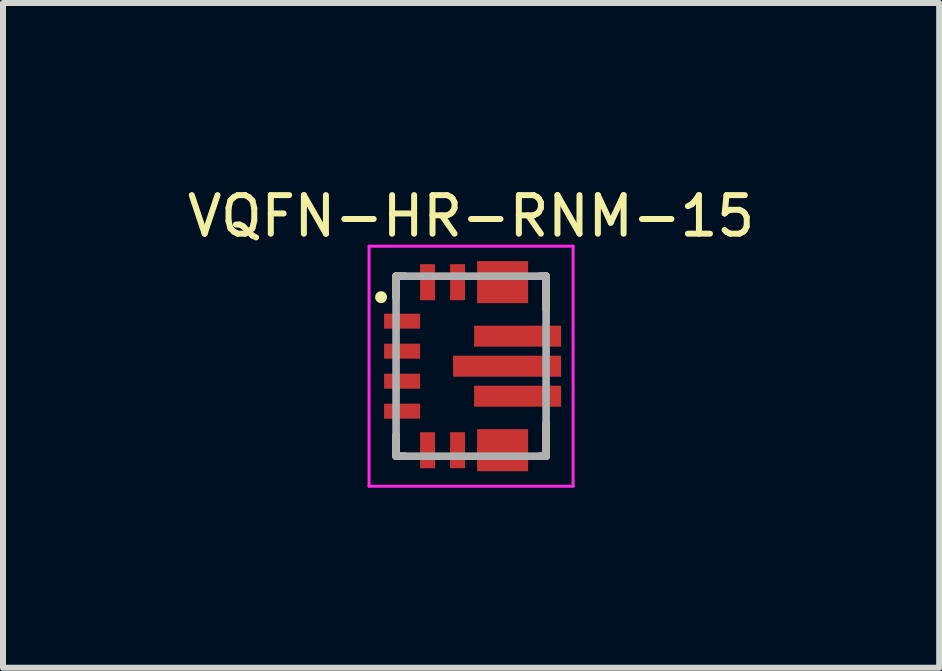
<source format=kicad_pcb>
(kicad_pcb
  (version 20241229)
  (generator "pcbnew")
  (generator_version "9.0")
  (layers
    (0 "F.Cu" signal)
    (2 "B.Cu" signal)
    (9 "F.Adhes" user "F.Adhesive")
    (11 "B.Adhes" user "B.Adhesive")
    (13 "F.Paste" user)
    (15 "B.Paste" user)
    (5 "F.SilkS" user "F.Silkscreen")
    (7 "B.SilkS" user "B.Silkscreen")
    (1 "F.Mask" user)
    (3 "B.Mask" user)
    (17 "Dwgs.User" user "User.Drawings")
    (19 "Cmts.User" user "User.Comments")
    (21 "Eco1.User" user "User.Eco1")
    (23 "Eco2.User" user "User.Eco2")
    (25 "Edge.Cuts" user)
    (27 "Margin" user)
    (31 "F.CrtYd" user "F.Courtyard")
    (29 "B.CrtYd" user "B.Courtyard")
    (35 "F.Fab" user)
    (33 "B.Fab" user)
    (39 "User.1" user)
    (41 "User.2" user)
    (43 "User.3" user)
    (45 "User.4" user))
  (footprint "VQFN-HR-RNM-15"
    (layer "F.Cu")
    (at 4.8 3.052)
    (property "Reference" "VQFN-HR-RNM-15" (at 0 -2.5 0) (layer "F.SilkS") (effects (font (size 0.643 0.643) (thickness 0.1))))
    (attr smd)
    (fp_line (start -1.45 -0.876) (end -0.85 -0.876) (stroke (width 0.1) (type solid)) (layer "F.Mask"))
    (fp_line (start -1.45 -0.8) (end -1.45 -0.876) (stroke (width 0.1) (type solid)) (layer "F.Mask"))
    (fp_line (start -1.45 -0.8) (end -0.85 -0.8) (stroke (width 0.1) (type solid)) (layer "F.Mask"))
    (fp_line (start -1.45 -0.72) (end -1.45 -0.8) (stroke (width 0.1) (type solid)) (layer "F.Mask"))
    (fp_line (start -1.45 -0.72) (end -0.85 -0.72) (stroke (width 0.1) (type solid)) (layer "F.Mask"))
    (fp_line (start -1.45 -0.625) (end -1.45 -0.72) (stroke (width 0.1) (type solid)) (layer "F.Mask"))
    (fp_line (start -1.45 -0.376) (end -0.85 -0.376) (stroke (width 0.1) (type solid)) (layer "F.Mask"))
    (fp_line (start -1.45 -0.3) (end -1.45 -0.376) (stroke (width 0.1) (type solid)) (layer "F.Mask"))
    (fp_line (start -1.45 -0.3) (end -0.85 -0.3) (stroke (width 0.1) (type solid)) (layer "F.Mask"))
    (fp_line (start -1.45 -0.22) (end -1.45 -0.3) (stroke (width 0.1) (type solid)) (layer "F.Mask"))
    (fp_line (start -1.45 -0.22) (end -0.85 -0.22) (stroke (width 0.1) (type solid)) (layer "F.Mask"))
    (fp_line (start -1.45 -0.125) (end -1.45 -0.22) (stroke (width 0.1) (type solid)) (layer "F.Mask"))
    (fp_line (start -1.45 0.124) (end -0.85 0.124) (stroke (width 0.1) (type solid)) (layer "F.Mask"))
    (fp_line (start -1.45 0.2) (end -1.45 0.124) (stroke (width 0.1) (type solid)) (layer "F.Mask"))
    (fp_line (start -1.45 0.2) (end -0.85 0.2) (stroke (width 0.1) (type solid)) (layer "F.Mask"))
    (fp_line (start -1.45 0.28) (end -1.45 0.2) (stroke (width 0.1) (type solid)) (layer "F.Mask"))
    (fp_line (start -1.45 0.28) (end -0.85 0.28) (stroke (width 0.1) (type solid)) (layer "F.Mask"))
    (fp_line (start -1.45 0.375) (end -1.45 0.28) (stroke (width 0.1) (type solid)) (layer "F.Mask"))
    (fp_line (start -1.45 0.624) (end -0.85 0.624) (stroke (width 0.1) (type solid)) (layer "F.Mask"))
    (fp_line (start -1.45 0.7) (end -1.45 0.624) (stroke (width 0.1) (type solid)) (layer "F.Mask"))
    (fp_line (start -1.45 0.7) (end -0.85 0.7) (stroke (width 0.1) (type solid)) (layer "F.Mask"))
    (fp_line (start -1.45 0.78) (end -1.45 0.7) (stroke (width 0.1) (type solid)) (layer "F.Mask"))
    (fp_line (start -1.45 0.78) (end -0.85 0.78) (stroke (width 0.1) (type solid)) (layer "F.Mask"))
    (fp_line (start -1.45 0.875) (end -1.45 0.78) (stroke (width 0.1) (type solid)) (layer "F.Mask"))
    (fp_line (start -0.851 -1.7) (end -0.775 -1.7) (stroke (width 0.1) (type solid)) (layer "F.Mask"))
    (fp_line (start -0.851 -1.1) (end -0.851 -1.7) (stroke (width 0.1) (type solid)) (layer "F.Mask"))
    (fp_line (start -0.851 1.1) (end -0.775 1.1) (stroke (width 0.1) (type solid)) (layer "F.Mask"))
    (fp_line (start -0.851 1.7) (end -0.851 1.1) (stroke (width 0.1) (type solid)) (layer "F.Mask"))
    (fp_line (start -0.85 -0.876) (end -0.85 -0.8) (stroke (width 0.1) (type solid)) (layer "F.Mask"))
    (fp_line (start -0.85 -0.8) (end -0.85 -0.72) (stroke (width 0.1) (type solid)) (layer "F.Mask"))
    (fp_line (start -0.85 -0.72) (end -0.85 -0.625) (stroke (width 0.1) (type solid)) (layer "F.Mask"))
    (fp_line (start -0.85 -0.625) (end -1.45 -0.625) (stroke (width 0.1) (type solid)) (layer "F.Mask"))
    (fp_line (start -0.85 -0.376) (end -0.85 -0.3) (stroke (width 0.1) (type solid)) (layer "F.Mask"))
    (fp_line (start -0.85 -0.3) (end -0.85 -0.22) (stroke (width 0.1) (type solid)) (layer "F.Mask"))
    (fp_line (start -0.85 -0.22) (end -0.85 -0.125) (stroke (width 0.1) (type solid)) (layer "F.Mask"))
    (fp_line (start -0.85 -0.125) (end -1.45 -0.125) (stroke (width 0.1) (type solid)) (layer "F.Mask"))
    (fp_line (start -0.85 0.124) (end -0.85 0.2) (stroke (width 0.1) (type solid)) (layer "F.Mask"))
    (fp_line (start -0.85 0.2) (end -0.85 0.28) (stroke (width 0.1) (type solid)) (layer "F.Mask"))
    (fp_line (start -0.85 0.28) (end -0.85 0.375) (stroke (width 0.1) (type solid)) (layer "F.Mask"))
    (fp_line (start -0.85 0.375) (end -1.45 0.375) (stroke (width 0.1) (type solid)) (layer "F.Mask"))
    (fp_line (start -0.85 0.624) (end -0.85 0.7) (stroke (width 0.1) (type solid)) (layer "F.Mask"))
    (fp_line (start -0.85 0.7) (end -0.85 0.78) (stroke (width 0.1) (type solid)) (layer "F.Mask"))
    (fp_line (start -0.85 0.78) (end -0.85 0.875) (stroke (width 0.1) (type solid)) (layer "F.Mask"))
    (fp_line (start -0.85 0.875) (end -1.45 0.875) (stroke (width 0.1) (type solid)) (layer "F.Mask"))
    (fp_line (start -0.775 -1.7) (end -0.695 -1.7) (stroke (width 0.1) (type solid)) (layer "F.Mask"))
    (fp_line (start -0.775 -1.1) (end -0.851 -1.1) (stroke (width 0.1) (type solid)) (layer "F.Mask"))
    (fp_line (start -0.775 -1.1) (end -0.775 -1.7) (stroke (width 0.1) (type solid)) (layer "F.Mask"))
    (fp_line (start -0.775 1.1) (end -0.695 1.1) (stroke (width 0.1) (type solid)) (layer "F.Mask"))
    (fp_line (start -0.775 1.7) (end -0.851 1.7) (stroke (width 0.1) (type solid)) (layer "F.Mask"))
    (fp_line (start -0.775 1.7) (end -0.775 1.1) (stroke (width 0.1) (type solid)) (layer "F.Mask"))
    (fp_line (start -0.695 -1.7) (end -0.6 -1.7) (stroke (width 0.1) (type solid)) (layer "F.Mask"))
    (fp_line (start -0.695 -1.1) (end -0.775 -1.1) (stroke (width 0.1) (type solid)) (layer "F.Mask"))
    (fp_line (start -0.695 -1.1) (end -0.695 -1.7) (stroke (width 0.1) (type solid)) (layer "F.Mask"))
    (fp_line (start -0.695 1.1) (end -0.6 1.1) (stroke (width 0.1) (type solid)) (layer "F.Mask"))
    (fp_line (start -0.695 1.7) (end -0.775 1.7) (stroke (width 0.1) (type solid)) (layer "F.Mask"))
    (fp_line (start -0.695 1.7) (end -0.695 1.1) (stroke (width 0.1) (type solid)) (layer "F.Mask"))
    (fp_line (start -0.6 -1.7) (end -0.6 -1.1) (stroke (width 0.1) (type solid)) (layer "F.Mask"))
    (fp_line (start -0.6 -1.1) (end -0.695 -1.1) (stroke (width 0.1) (type solid)) (layer "F.Mask"))
    (fp_line (start -0.6 1.1) (end -0.6 1.7) (stroke (width 0.1) (type solid)) (layer "F.Mask"))
    (fp_line (start -0.6 1.7) (end -0.695 1.7) (stroke (width 0.1) (type solid)) (layer "F.Mask"))
    (fp_line (start -0.351 -1.7) (end -0.275 -1.7) (stroke (width 0.1) (type solid)) (layer "F.Mask"))
    (fp_line (start -0.351 -1.1) (end -0.351 -1.7) (stroke (width 0.1) (type solid)) (layer "F.Mask"))
    (fp_line (start -0.351 1.1) (end -0.275 1.1) (stroke (width 0.1) (type solid)) (layer "F.Mask"))
    (fp_line (start -0.351 1.7) (end -0.351 1.1) (stroke (width 0.1) (type solid)) (layer "F.Mask"))
    (fp_line (start -0.275 -1.7) (end -0.195 -1.7) (stroke (width 0.1) (type solid)) (layer "F.Mask"))
    (fp_line (start -0.275 -1.1) (end -0.351 -1.1) (stroke (width 0.1) (type solid)) (layer "F.Mask"))
    (fp_line (start -0.275 -1.1) (end -0.275 -1.7) (stroke (width 0.1) (type solid)) (layer "F.Mask"))
    (fp_line (start -0.275 1.1) (end -0.195 1.1) (stroke (width 0.1) (type solid)) (layer "F.Mask"))
    (fp_line (start -0.275 1.7) (end -0.351 1.7) (stroke (width 0.1) (type solid)) (layer "F.Mask"))
    (fp_line (start -0.275 1.7) (end -0.275 1.1) (stroke (width 0.1) (type solid)) (layer "F.Mask"))
    (fp_line (start -0.225 -0.1) (end 1.425 -0.1) (stroke (width 0.05) (type solid)) (layer "F.Mask"))
    (fp_line (start -0.225 0.1) (end -0.225 -0.1) (stroke (width 0.05) (type solid)) (layer "F.Mask"))
    (fp_line (start -0.195 -1.7) (end -0.1 -1.7) (stroke (width 0.1) (type solid)) (layer "F.Mask"))
    (fp_line (start -0.195 -1.1) (end -0.275 -1.1) (stroke (width 0.1) (type solid)) (layer "F.Mask"))
    (fp_line (start -0.195 -1.1) (end -0.195 -1.7) (stroke (width 0.1) (type solid)) (layer "F.Mask"))
    (fp_line (start -0.195 1.1) (end -0.1 1.1) (stroke (width 0.1) (type solid)) (layer "F.Mask"))
    (fp_line (start -0.195 1.7) (end -0.275 1.7) (stroke (width 0.1) (type solid)) (layer "F.Mask"))
    (fp_line (start -0.195 1.7) (end -0.195 1.1) (stroke (width 0.1) (type solid)) (layer "F.Mask"))
    (fp_line (start -0.19 -0.04) (end 1.38 -0.04) (stroke (width 0.1) (type solid)) (layer "F.Mask"))
    (fp_line (start -0.19 0.05) (end 1.38 0.05) (stroke (width 0.1) (type solid)) (layer "F.Mask"))
    (fp_line (start -0.1 -1.7) (end -0.1 -1.1) (stroke (width 0.1) (type solid)) (layer "F.Mask"))
    (fp_line (start -0.1 -1.1) (end -0.195 -1.1) (stroke (width 0.1) (type solid)) (layer "F.Mask"))
    (fp_line (start -0.1 1.1) (end -0.1 1.7) (stroke (width 0.1) (type solid)) (layer "F.Mask"))
    (fp_line (start -0.1 1.7) (end -0.195 1.7) (stroke (width 0.1) (type solid)) (layer "F.Mask"))
    (fp_line (start 0.125 -0.6) (end 1.425 -0.6) (stroke (width 0.05) (type solid)) (layer "F.Mask"))
    (fp_line (start 0.125 -0.401) (end 0.125 -0.6) (stroke (width 0.05) (type solid)) (layer "F.Mask"))
    (fp_line (start 0.125 0.4) (end 1.425 0.4) (stroke (width 0.05) (type solid)) (layer "F.Mask"))
    (fp_line (start 0.125 0.599) (end 0.125 0.4) (stroke (width 0.05) (type solid)) (layer "F.Mask"))
    (fp_line (start 0.16 -0.56) (end 1.39 -0.56) (stroke (width 0.1) (type solid)) (layer "F.Mask"))
    (fp_line (start 0.16 -0.47) (end 1.39 -0.47) (stroke (width 0.1) (type solid)) (layer "F.Mask"))
    (fp_line (start 0.16 0.46) (end 1.39 0.46) (stroke (width 0.1) (type solid)) (layer "F.Mask"))
    (fp_line (start 0.16 0.54) (end 1.39 0.54) (stroke (width 0.1) (type solid)) (layer "F.Mask"))
    (fp_line (start 0.175 -1.675) (end 0.375 -1.675) (stroke (width 0.05) (type solid)) (layer "F.Mask"))
    (fp_line (start 0.175 -1.127) (end 0.175 -1.675) (stroke (width 0.05) (type solid)) (layer "F.Mask"))
    (fp_line (start 0.175 1.127) (end 0.875 1.127) (stroke (width 0.05) (type solid)) (layer "F.Mask"))
    (fp_line (start 0.175 1.675) (end 0.175 1.127) (stroke (width 0.05) (type solid)) (layer "F.Mask"))
    (fp_line (start 0.22 -1.64) (end 0.22 -1.17) (stroke (width 0.1) (type solid)) (layer "F.Mask"))
    (fp_line (start 0.24 1.64) (end 0.24 1.17) (stroke (width 0.1) (type solid)) (layer "F.Mask"))
    (fp_line (start 0.31 -1.64) (end 0.31 -1.17) (stroke (width 0.1) (type solid)) (layer "F.Mask"))
    (fp_line (start 0.33 1.64) (end 0.33 1.17) (stroke (width 0.1) (type solid)) (layer "F.Mask"))
    (fp_line (start 0.35 -1.28) (end 0.7 -1.28) (stroke (width 0.1) (type solid)) (layer "F.Mask"))
    (fp_line (start 0.35 -1.18) (end 0.71 -1.18) (stroke (width 0.1) (type solid)) (layer "F.Mask"))
    (fp_line (start 0.375 -1.675) (end 0.375 -1.325) (stroke (width 0.05) (type solid)) (layer "F.Mask"))
    (fp_line (start 0.375 -1.325) (end 0.675 -1.325) (stroke (width 0.05) (type solid)) (layer "F.Mask"))
    (fp_line (start 0.375 1.325) (end 0.375 1.675) (stroke (width 0.05) (type solid)) (layer "F.Mask"))
    (fp_line (start 0.375 1.675) (end 0.175 1.675) (stroke (width 0.05) (type solid)) (layer "F.Mask"))
    (fp_line (start 0.675 -1.675) (end 0.875 -1.675) (stroke (width 0.05) (type solid)) (layer "F.Mask"))
    (fp_line (start 0.675 -1.325) (end 0.675 -1.675) (stroke (width 0.05) (type solid)) (layer "F.Mask"))
    (fp_line (start 0.675 1.325) (end 0.375 1.325) (stroke (width 0.05) (type solid)) (layer "F.Mask"))
    (fp_line (start 0.675 1.675) (end 0.675 1.325) (stroke (width 0.05) (type solid)) (layer "F.Mask"))
    (fp_line (start 0.7 1.18) (end 0.34 1.18) (stroke (width 0.1) (type solid)) (layer "F.Mask"))
    (fp_line (start 0.7 1.28) (end 0.35 1.28) (stroke (width 0.1) (type solid)) (layer "F.Mask"))
    (fp_line (start 0.72 -1.64) (end 0.72 -1.17) (stroke (width 0.1) (type solid)) (layer "F.Mask"))
    (fp_line (start 0.74 1.64) (end 0.74 1.17) (stroke (width 0.1) (type solid)) (layer "F.Mask"))
    (fp_line (start 0.81 -1.64) (end 0.81 -1.17) (stroke (width 0.1) (type solid)) (layer "F.Mask"))
    (fp_line (start 0.83 1.64) (end 0.83 1.17) (stroke (width 0.1) (type solid)) (layer "F.Mask"))
    (fp_line (start 0.875 -1.675) (end 0.875 -1.127) (stroke (width 0.05) (type solid)) (layer "F.Mask"))
    (fp_line (start 0.875 -1.127) (end 0.175 -1.127) (stroke (width 0.05) (type solid)) (layer "F.Mask"))
    (fp_line (start 0.875 1.127) (end 0.875 1.675) (stroke (width 0.05) (type solid)) (layer "F.Mask"))
    (fp_line (start 0.875 1.675) (end 0.675 1.675) (stroke (width 0.05) (type solid)) (layer "F.Mask"))
    (fp_line (start 1.425 -0.6) (end 1.425 -0.401) (stroke (width 0.05) (type solid)) (layer "F.Mask"))
    (fp_line (start 1.425 -0.401) (end 0.125 -0.401) (stroke (width 0.05) (type solid)) (layer "F.Mask"))
    (fp_line (start 1.425 -0.1) (end 1.425 0.1) (stroke (width 0.05) (type solid)) (layer "F.Mask"))
    (fp_line (start 1.425 0.1) (end -0.225 0.1) (stroke (width 0.05) (type solid)) (layer "F.Mask"))
    (fp_line (start 1.425 0.4) (end 1.425 0.599) (stroke (width 0.05) (type solid)) (layer "F.Mask"))
    (fp_line (start 1.425 0.599) (end 0.125 0.599) (stroke (width 0.05) (type solid)) (layer "F.Mask"))
    (fp_line (start -1.25 -1.5) (end -1.25 -1.15) (stroke (width 0.127) (type solid)) (layer "F.SilkS"))
    (fp_line (start -1.25 1.5) (end -1.25 1.15) (stroke (width 0.127) (type solid)) (layer "F.SilkS"))
    (fp_line (start -1.1 -1.5) (end -1.25 -1.5) (stroke (width 0.127) (type solid)) (layer "F.SilkS"))
    (fp_line (start -1.1 1.5) (end -1.25 1.5) (stroke (width 0.127) (type solid)) (layer "F.SilkS"))
    (fp_line (start 1.15 -1.5) (end 1.25 -1.5) (stroke (width 0.127) (type solid)) (layer "F.SilkS"))
    (fp_line (start 1.25 -1.5) (end 1.25 -0.95) (stroke (width 0.127) (type solid)) (layer "F.SilkS"))
    (fp_line (start 1.25 0.95) (end 1.25 1.5) (stroke (width 0.127) (type solid)) (layer "F.SilkS"))
    (fp_line (start 1.25 1.5) (end 1.15 1.5) (stroke (width 0.127) (type solid)) (layer "F.SilkS"))
    (fp_circle (center -1.5 -1.15) (end -1.45 -1.15) (stroke (width 0.1) (type solid)) (fill no) (layer "F.SilkS"))
    (fp_line (start -0.196 -0.1) (end 0.475 -0.1) (stroke (width 0.05) (type solid)) (layer "F.Paste"))
    (fp_line (start -0.196 0.1) (end -0.196 -0.1) (stroke (width 0.05) (type solid)) (layer "F.Paste"))
    (fp_line (start -0.16 -0.05) (end 0.44 -0.05) (stroke (width 0.1) (type solid)) (layer "F.Paste"))
    (fp_line (start -0.15 0.04) (end 0.44 0.04) (stroke (width 0.1) (type solid)) (layer "F.Paste"))
    (fp_line (start 0.125 -0.6) (end 0.65 -0.6) (stroke (width 0.05) (type solid)) (layer "F.Paste"))
    (fp_line (start 0.125 -0.4) (end 0.125 -0.6) (stroke (width 0.05) (type solid)) (layer "F.Paste"))
    (fp_line (start 0.125 0.4) (end 0.65 0.4) (stroke (width 0.05) (type solid)) (layer "F.Paste"))
    (fp_line (start 0.125 0.6) (end 0.125 0.4) (stroke (width 0.05) (type solid)) (layer "F.Paste"))
    (fp_line (start 0.16 -0.53) (end 0.6 -0.53) (stroke (width 0.1) (type solid)) (layer "F.Paste"))
    (fp_line (start 0.16 0.47) (end 0.6 0.47) (stroke (width 0.1) (type solid)) (layer "F.Paste"))
    (fp_line (start 0.17 -0.45) (end 0.61 -0.45) (stroke (width 0.1) (type solid)) (layer "F.Paste"))
    (fp_line (start 0.17 0.55) (end 0.61 0.55) (stroke (width 0.1) (type solid)) (layer "F.Paste"))
    (fp_line (start 0.175 -1.675) (end 0.375 -1.675) (stroke (width 0.05) (type solid)) (layer "F.Paste"))
    (fp_line (start 0.175 -1.127) (end 0.175 -1.675) (stroke (width 0.05) (type solid)) (layer "F.Paste"))
    (fp_line (start 0.175 1.127) (end 0.875 1.127) (stroke (width 0.05) (type solid)) (layer "F.Paste"))
    (fp_line (start 0.175 1.675) (end 0.175 1.127) (stroke (width 0.05) (type solid)) (layer "F.Paste"))
    (fp_line (start 0.22 -1.64) (end 0.22 -1.17) (stroke (width 0.1) (type solid)) (layer "F.Paste"))
    (fp_line (start 0.24 1.64) (end 0.24 1.17) (stroke (width 0.1) (type solid)) (layer "F.Paste"))
    (fp_line (start 0.31 -1.64) (end 0.31 -1.17) (stroke (width 0.1) (type solid)) (layer "F.Paste"))
    (fp_line (start 0.33 1.64) (end 0.33 1.17) (stroke (width 0.1) (type solid)) (layer "F.Paste"))
    (fp_line (start 0.35 -1.28) (end 0.7 -1.28) (stroke (width 0.1) (type solid)) (layer "F.Paste"))
    (fp_line (start 0.35 -1.18) (end 0.71 -1.18) (stroke (width 0.1) (type solid)) (layer "F.Paste"))
    (fp_line (start 0.375 -1.675) (end 0.375 -1.325) (stroke (width 0.05) (type solid)) (layer "F.Paste"))
    (fp_line (start 0.375 -1.325) (end 0.675 -1.325) (stroke (width 0.05) (type solid)) (layer "F.Paste"))
    (fp_line (start 0.375 1.325) (end 0.375 1.675) (stroke (width 0.05) (type solid)) (layer "F.Paste"))
    (fp_line (start 0.375 1.675) (end 0.175 1.675) (stroke (width 0.05) (type solid)) (layer "F.Paste"))
    (fp_line (start 0.475 -0.1) (end 0.475 0.1) (stroke (width 0.05) (type solid)) (layer "F.Paste"))
    (fp_line (start 0.475 0.1) (end -0.196 0.1) (stroke (width 0.05) (type solid)) (layer "F.Paste"))
    (fp_line (start 0.65 -0.6) (end 0.65 -0.4) (stroke (width 0.05) (type solid)) (layer "F.Paste"))
    (fp_line (start 0.65 -0.4) (end 0.125 -0.4) (stroke (width 0.05) (type solid)) (layer "F.Paste"))
    (fp_line (start 0.65 0.4) (end 0.65 0.6) (stroke (width 0.05) (type solid)) (layer "F.Paste"))
    (fp_line (start 0.65 0.6) (end 0.125 0.6) (stroke (width 0.05) (type solid)) (layer "F.Paste"))
    (fp_line (start 0.675 -1.675) (end 0.875 -1.675) (stroke (width 0.05) (type solid)) (layer "F.Paste"))
    (fp_line (start 0.675 -1.325) (end 0.675 -1.675) (stroke (width 0.05) (type solid)) (layer "F.Paste"))
    (fp_line (start 0.675 1.325) (end 0.375 1.325) (stroke (width 0.05) (type solid)) (layer "F.Paste"))
    (fp_line (start 0.675 1.675) (end 0.675 1.325) (stroke (width 0.05) (type solid)) (layer "F.Paste"))
    (fp_line (start 0.7 1.18) (end 0.34 1.18) (stroke (width 0.1) (type solid)) (layer "F.Paste"))
    (fp_line (start 0.7 1.28) (end 0.35 1.28) (stroke (width 0.1) (type solid)) (layer "F.Paste"))
    (fp_line (start 0.72 -1.64) (end 0.72 -1.17) (stroke (width 0.1) (type solid)) (layer "F.Paste"))
    (fp_line (start 0.726 -0.1) (end 0.726 0.1) (stroke (width 0.05) (type solid)) (layer "F.Paste"))
    (fp_line (start 0.726 0.1) (end 1.395 0.1) (stroke (width 0.05) (type solid)) (layer "F.Paste"))
    (fp_line (start 0.74 1.64) (end 0.74 1.17) (stroke (width 0.1) (type solid)) (layer "F.Paste"))
    (fp_line (start 0.76 -0.04) (end 1.35 -0.04) (stroke (width 0.1) (type solid)) (layer "F.Paste"))
    (fp_line (start 0.77 0.04) (end 1.36 0.04) (stroke (width 0.1) (type solid)) (layer "F.Paste"))
    (fp_line (start 0.81 -1.64) (end 0.81 -1.17) (stroke (width 0.1) (type solid)) (layer "F.Paste"))
    (fp_line (start 0.83 1.64) (end 0.83 1.17) (stroke (width 0.1) (type solid)) (layer "F.Paste"))
    (fp_line (start 0.875 -1.675) (end 0.875 -1.127) (stroke (width 0.05) (type solid)) (layer "F.Paste"))
    (fp_line (start 0.875 -1.127) (end 0.175 -1.127) (stroke (width 0.05) (type solid)) (layer "F.Paste"))
    (fp_line (start 0.875 1.127) (end 0.875 1.675) (stroke (width 0.05) (type solid)) (layer "F.Paste"))
    (fp_line (start 0.875 1.675) (end 0.675 1.675) (stroke (width 0.05) (type solid)) (layer "F.Paste"))
    (fp_line (start 0.903 -0.6) (end 1.425 -0.6) (stroke (width 0.05) (type solid)) (layer "F.Paste"))
    (fp_line (start 0.903 -0.4) (end 0.903 -0.6) (stroke (width 0.05) (type solid)) (layer "F.Paste"))
    (fp_line (start 0.903 0.4) (end 1.425 0.4) (stroke (width 0.05) (type solid)) (layer "F.Paste"))
    (fp_line (start 0.903 0.6) (end 0.903 0.4) (stroke (width 0.05) (type solid)) (layer "F.Paste"))
    (fp_line (start 0.93 -0.54) (end 1.37 -0.54) (stroke (width 0.1) (type solid)) (layer "F.Paste"))
    (fp_line (start 0.93 0.46) (end 1.37 0.46) (stroke (width 0.1) (type solid)) (layer "F.Paste"))
    (fp_line (start 0.94 -0.46) (end 1.38 -0.46) (stroke (width 0.1) (type solid)) (layer "F.Paste"))
    (fp_line (start 0.94 0.54) (end 1.38 0.54) (stroke (width 0.1) (type solid)) (layer "F.Paste"))
    (fp_line (start 1.395 -0.1) (end 0.726 -0.1) (stroke (width 0.05) (type solid)) (layer "F.Paste"))
    (fp_line (start 1.395 0.1) (end 1.395 -0.1) (stroke (width 0.05) (type solid)) (layer "F.Paste"))
    (fp_line (start 1.425 -0.6) (end 1.425 -0.4) (stroke (width 0.05) (type solid)) (layer "F.Paste"))
    (fp_line (start 1.425 -0.4) (end 0.903 -0.4) (stroke (width 0.05) (type solid)) (layer "F.Paste"))
    (fp_line (start 1.425 0.4) (end 1.425 0.6) (stroke (width 0.05) (type solid)) (layer "F.Paste"))
    (fp_line (start 1.425 0.6) (end 0.903 0.6) (stroke (width 0.05) (type solid)) (layer "F.Paste"))
    (fp_line (start -1.7 -2) (end 1.7 -2) (stroke (width 0.05) (type solid)) (layer "F.CrtYd"))
    (fp_line (start -1.7 2) (end -1.7 -2) (stroke (width 0.05) (type solid)) (layer "F.CrtYd"))
    (fp_line (start 1.7 -2) (end 1.7 2) (stroke (width 0.05) (type solid)) (layer "F.CrtYd"))
    (fp_line (start 1.7 2) (end -1.7 2) (stroke (width 0.05) (type solid)) (layer "F.CrtYd"))
    (fp_line (start -1.25 -1.5) (end 1.25 -1.5) (stroke (width 0.127) (type solid)) (layer "F.Fab"))
    (fp_line (start -1.25 1.5) (end -1.25 -1.5) (stroke (width 0.127) (type solid)) (layer "F.Fab"))
    (fp_line (start 1.25 -1.5) (end 1.25 1.5) (stroke (width 0.127) (type solid)) (layer "F.Fab"))
    (fp_line (start 1.25 1.5) (end -1.25 1.5) (stroke (width 0.127) (type solid)) (layer "F.Fab"))
    (pad "1" smd rect (at -1.15 -0.75) (size 0.6 0.25) (layers "F.Cu" "F.Paste"))
    (pad "2" smd rect (at -1.15 -0.25) (size 0.6 0.25) (layers "F.Cu" "F.Paste"))
    (pad "3" smd rect (at -1.15 0.25) (size 0.6 0.25) (layers "F.Cu" "F.Paste"))
    (pad "4" smd rect (at -1.15 0.75) (size 0.6 0.25) (layers "F.Cu" "F.Paste"))
    (pad "5" smd rect (at -0.725 1.4) (size 0.25 0.6) (layers "F.Cu" "F.Paste"))
    (pad "6" smd rect (at -0.225 1.4) (size 0.25 0.6) (layers "F.Cu" "F.Paste"))
    (pad "7-8" smd rect (at 0.525 1.4) (size 0.85 0.7) (layers "F.Cu"))
    (pad "9" smd rect (at 0.775 0.5) (size 1.45 0.35) (layers "F.Cu"))
    (pad "10" smd rect (at 0.6 0) (size 1.8 0.35) (layers "F.Cu"))
    (pad "11" smd rect (at 0.775 -0.5) (size 1.45 0.35) (layers "F.Cu"))
    (pad "12-13" smd rect (at 0.525 -1.4) (size 0.85 0.7) (layers "F.Cu"))
    (pad "14" smd rect (at -0.225 -1.4) (size 0.25 0.6) (layers "F.Cu" "F.Paste"))
    (pad "15" smd rect (at -0.725 -1.4) (size 0.25 0.6) (layers "F.Cu" "F.Paste")))
  (gr_rect
    (start -3 -3)
    (end 12.6 8.077)
    (stroke (width 0.1) (type default))
    (fill no)
    (layer "Edge.Cuts")))
</source>
